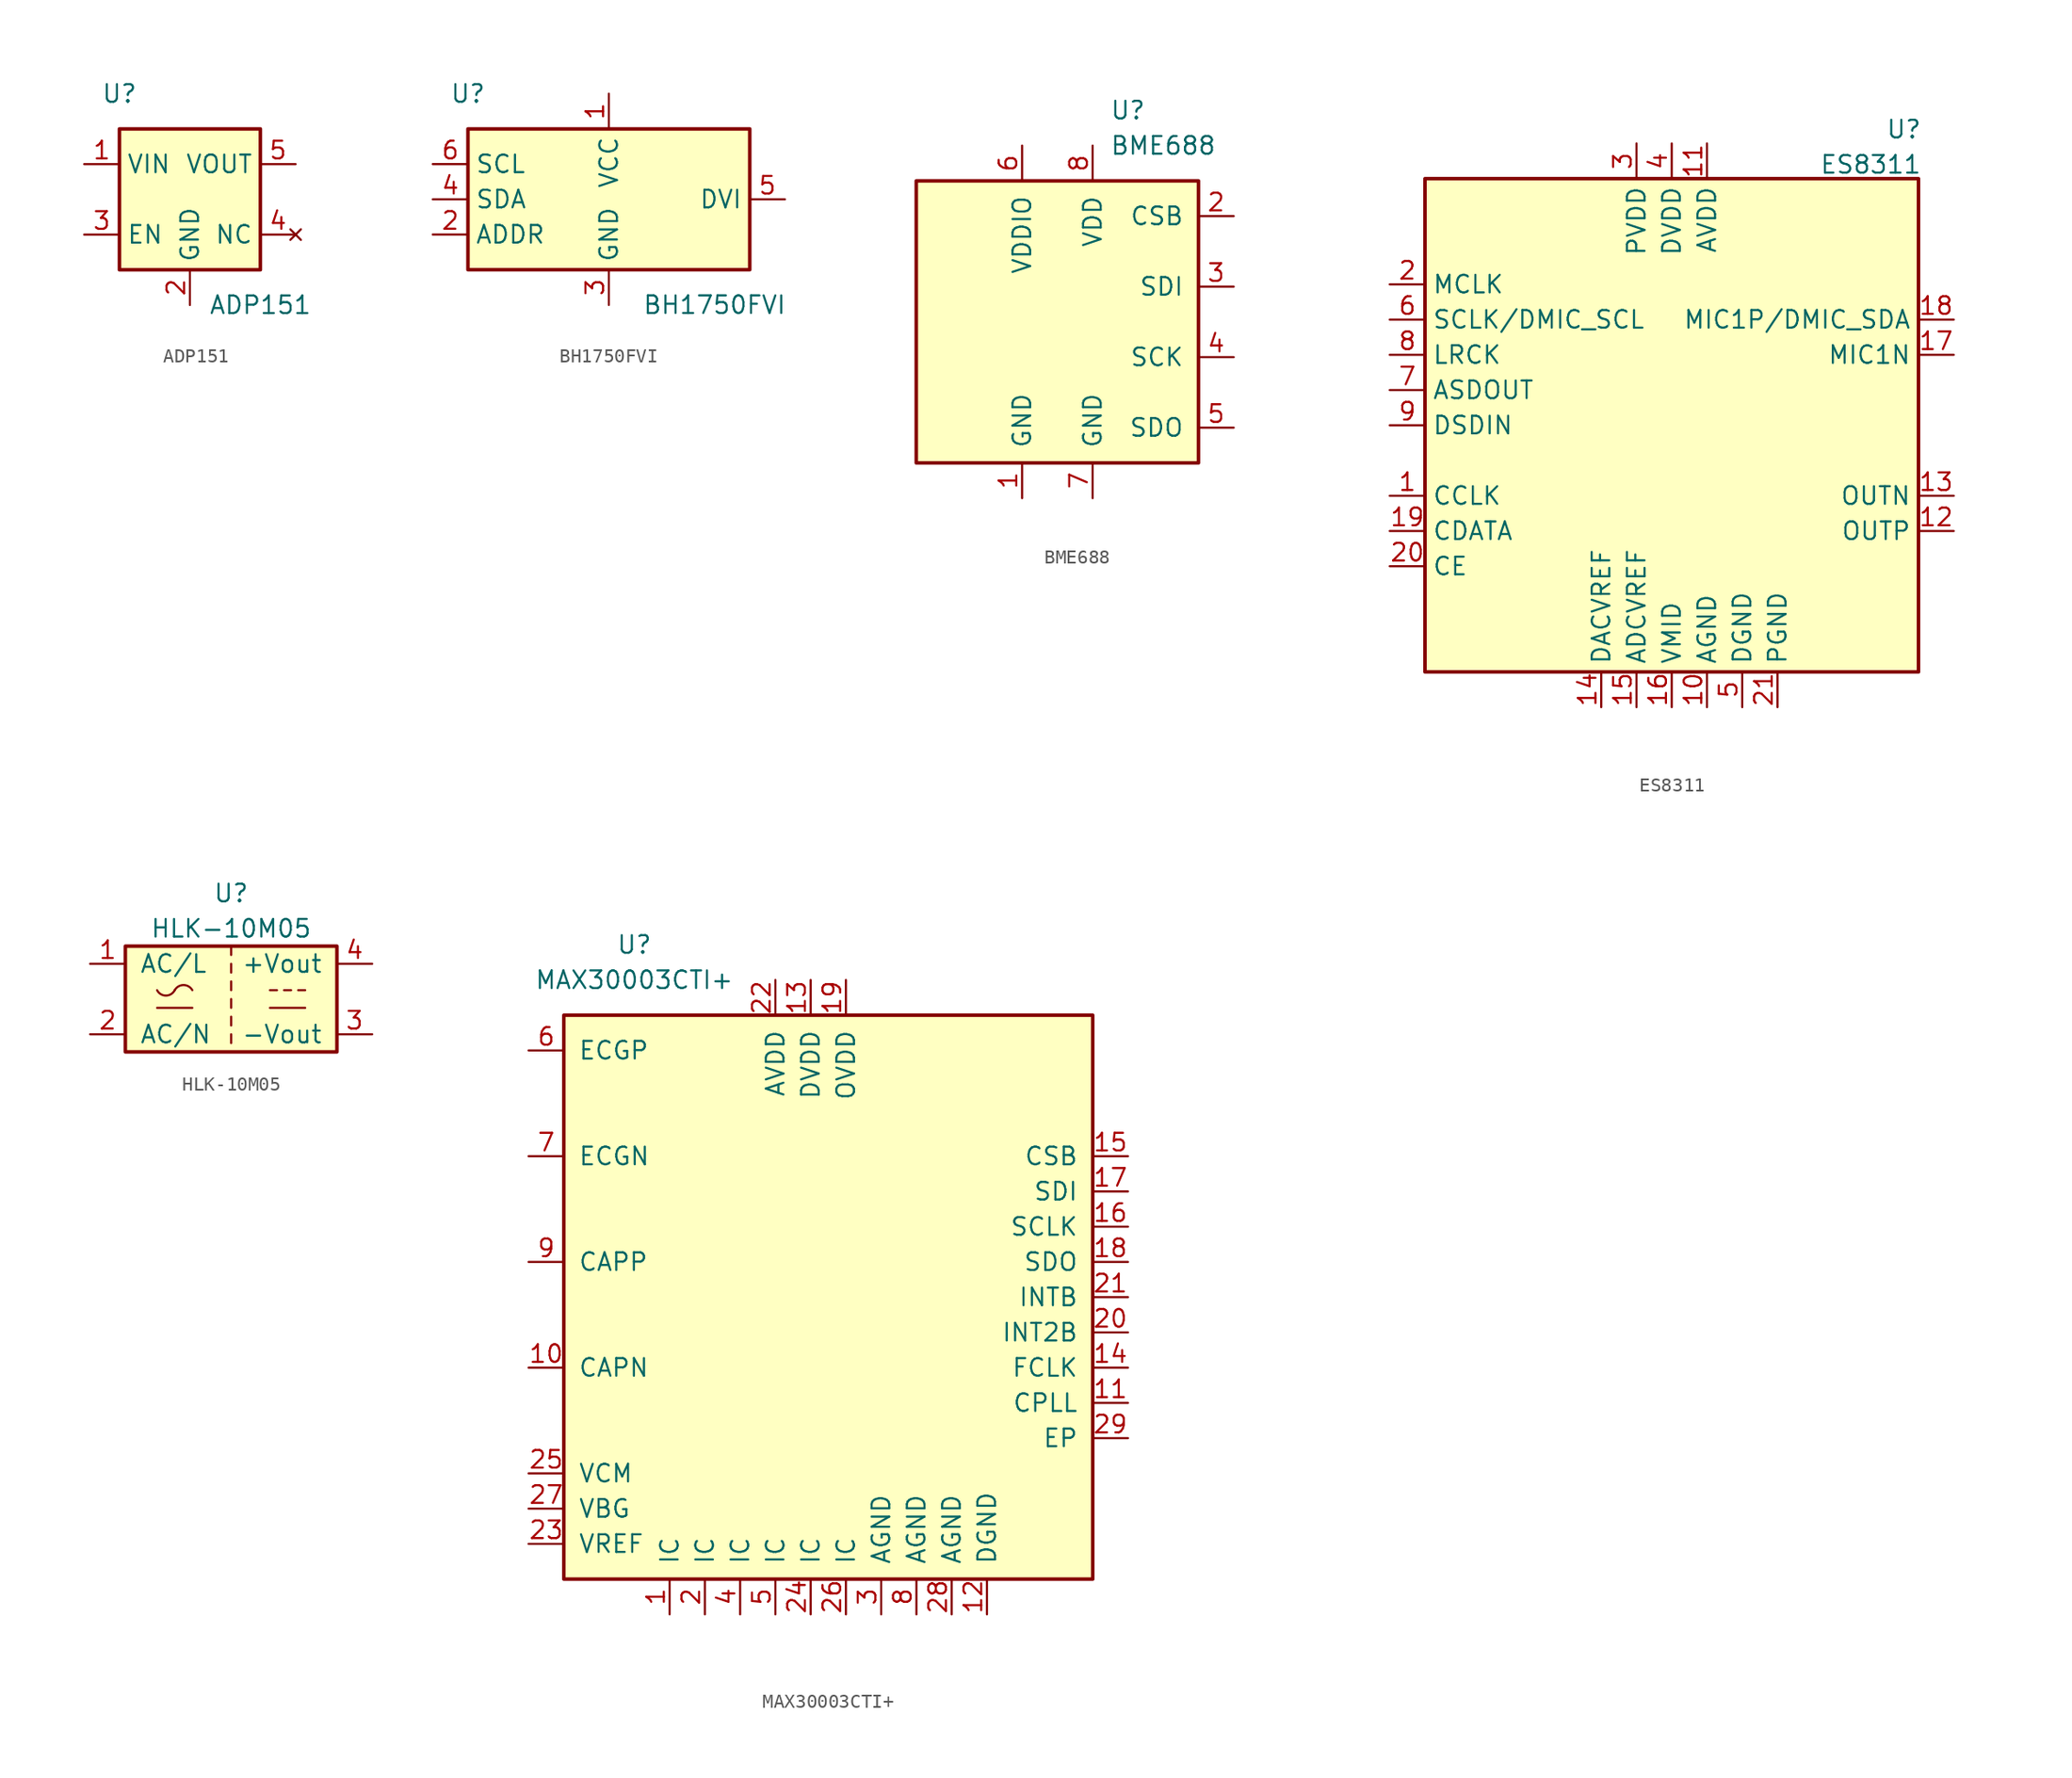
<source format=kicad_sym>
(kicad_symbol_lib
  (version 20231120)
  (generator "kicad_symbol_editor")
  (generator_version "8.0")
  (symbol "ADP151"
    (property "Reference" "U"
      (at -5.08 7.62 0)
      (effects (font (size 1.27 1.27))))
    (property "Value" "ADP151"
      (at 5.08 -7.62 0)
      (effects (font (size 1.27 1.27))))
    (symbol "ADP151_0_1"
      (rectangle (start -5.08 5.08) (end 5.08 -5.08) (stroke (width 0.254) (type default)) (fill (type background))))
    (symbol "ADP151_1_1"
      (pin power_in line (at -7.62 2.54 0) (length 2.54) (name "VIN" (effects (font (size 1.27 1.27)))) (number "1" (effects (font (size 1.27 1.27)))))
      (pin power_in line (at 0 -7.62 90) (length 2.54) (name "GND" (effects (font (size 1.27 1.27)))) (number "2" (effects (font (size 1.27 1.27)))))
      (pin input line (at -7.62 -2.54 0) (length 2.54) (name "EN" (effects (font (size 1.27 1.27)))) (number "3" (effects (font (size 1.27 1.27)))))
      (pin no_connect line (at 7.62 -2.54 180) (length 2.54) (name "NC" (effects (font (size 1.27 1.27)))) (number "4" (effects (font (size 1.27 1.27)))))
      (pin power_out line (at 7.62 2.54 180) (length 2.54) (name "VOUT" (effects (font (size 1.27 1.27)))) (number "5" (effects (font (size 1.27 1.27)))))))
  (symbol "BH1750FVI"
    (property "Reference" "U"
      (at -10.16 10.16 0)
      (effects (font (size 1.27 1.27))))
    (property "Value" "BH1750FVI"
      (at 7.62 -5.08 0)
      (effects (font (size 1.27 1.27))))
    (symbol "BH1750FVI_0_1"
      (rectangle (start -10.16 7.62) (end 10.16 -2.54) (stroke (width 0.254) (type default)) (fill (type background))))
    (symbol "BH1750FVI_1_1"
      (pin power_in line (at 0 10.16 270) (length 2.54) (name "VCC" (effects (font (size 1.27 1.27)))) (number "1" (effects (font (size 1.27 1.27)))))
      (pin input line (at -12.7 0 0) (length 2.54) (name "ADDR" (effects (font (size 1.27 1.27)))) (number "2" (effects (font (size 1.27 1.27)))))
      (pin power_in line (at 0 -5.08 90) (length 2.54) (name "GND" (effects (font (size 1.27 1.27)))) (number "3" (effects (font (size 1.27 1.27)))))
      (pin bidirectional line (at -12.7 2.54 0) (length 2.54) (name "SDA" (effects (font (size 1.27 1.27)))) (number "4" (effects (font (size 1.27 1.27)))))
      (pin input line (at 12.7 2.54 180) (length 2.54) (name "DVI" (effects (font (size 1.27 1.27)))) (number "5" (effects (font (size 1.27 1.27)))))
      (pin input line (at -12.7 5.08 0) (length 2.54) (name "SCL" (effects (font (size 1.27 1.27)))) (number "6" (effects (font (size 1.27 1.27)))))))
  (symbol "BME688"
    (pin_names
      (offset 1.016))
    (property "Reference" "U"
      (at 5.08 15.24 0)
      (effects (font (size 1.27 1.27))))
    (property "Value" "BME688"
      (at 7.62 12.7 0)
      (effects (font (size 1.27 1.27))))
    (symbol "BME688_1_1"
      (rectangle (start -10.16 10.16) (end 10.16 -10.16) (stroke (width 0.254) (type default)) (fill (type background)))
      (pin power_in line (at -2.54 -12.7 90) (length 2.54) (name "GND" (effects (font (size 1.27 1.27)))) (number "1" (effects (font (size 1.27 1.27)))))
      (pin input line (at 12.7 7.62 180) (length 2.54) (name "CSB" (effects (font (size 1.27 1.27)))) (number "2" (effects (font (size 1.27 1.27)))))
      (pin bidirectional line (at 12.7 2.54 180) (length 2.54) (name "SDI" (effects (font (size 1.27 1.27)))) (number "3" (effects (font (size 1.27 1.27)))))
      (pin input line (at 12.7 -2.54 180) (length 2.54) (name "SCK" (effects (font (size 1.27 1.27)))) (number "4" (effects (font (size 1.27 1.27)))))
      (pin bidirectional line (at 12.7 -7.62 180) (length 2.54) (name "SDO" (effects (font (size 1.27 1.27)))) (number "5" (effects (font (size 1.27 1.27)))))
      (pin power_in line (at -2.54 12.7 270) (length 2.54) (name "VDDIO" (effects (font (size 1.27 1.27)))) (number "6" (effects (font (size 1.27 1.27)))))
      (pin power_in line (at 2.54 -12.7 90) (length 2.54) (name "GND" (effects (font (size 1.27 1.27)))) (number "7" (effects (font (size 1.27 1.27)))))
      (pin power_in line (at 2.54 12.7 270) (length 2.54) (name "VDD" (effects (font (size 1.27 1.27)))) (number "8" (effects (font (size 1.27 1.27)))))))
  (symbol "ES8311"
    (property "Reference" "U"
      (at 18.034 21.336 0)
      (effects (font (size 1.27 1.27)) (justify right)))
    (property "Value" "ES8311"
      (at 18.034 18.796 0)
      (effects (font (size 1.27 1.27)) (justify right)))
    (symbol "ES8311_0_1"
      (rectangle (start -17.78 17.78) (end 17.78 -17.78) (stroke (width 0.254) (type default)) (fill (type background))))
    (symbol "ES8311_1_1"
      (pin input line (at -20.32 -5.08 0) (length 2.54) (name "CCLK" (effects (font (size 1.27 1.27)))) (number "1" (effects (font (size 1.27 1.27)))))
      (pin power_in line (at 2.54 -20.32 90) (length 2.54) (name "AGND" (effects (font (size 1.27 1.27)))) (number "10" (effects (font (size 1.27 1.27)))))
      (pin power_in line (at 2.54 20.32 270) (length 2.54) (name "AVDD" (effects (font (size 1.27 1.27)))) (number "11" (effects (font (size 1.27 1.27)))))
      (pin output line (at 20.32 -7.62 180) (length 2.54) (name "OUTP" (effects (font (size 1.27 1.27)))) (number "12" (effects (font (size 1.27 1.27)))))
      (pin output line (at 20.32 -5.08 180) (length 2.54) (name "OUTN" (effects (font (size 1.27 1.27)))) (number "13" (effects (font (size 1.27 1.27)))))
      (pin input line (at -5.08 -20.32 90) (length 2.54) (name "DACVREF" (effects (font (size 1.27 1.27)))) (number "14" (effects (font (size 1.27 1.27)))))
      (pin input line (at -2.54 -20.32 90) (length 2.54) (name "ADCVREF" (effects (font (size 1.27 1.27)))) (number "15" (effects (font (size 1.27 1.27)))))
      (pin input line (at 0 -20.32 90) (length 2.54) (name "VMID" (effects (font (size 1.27 1.27)))) (number "16" (effects (font (size 1.27 1.27)))))
      (pin input line (at 20.32 5.08 180) (length 2.54) (name "MIC1N" (effects (font (size 1.27 1.27)))) (number "17" (effects (font (size 1.27 1.27)))))
      (pin input line (at 20.32 7.62 180) (length 2.54) (name "MIC1P/DMIC_SDA" (effects (font (size 1.27 1.27)))) (number "18" (effects (font (size 1.27 1.27)))))
      (pin bidirectional line (at -20.32 -7.62 0) (length 2.54) (name "CDATA" (effects (font (size 1.27 1.27)))) (number "19" (effects (font (size 1.27 1.27)))))
      (pin input line (at -20.32 10.16 0) (length 2.54) (name "MCLK" (effects (font (size 1.27 1.27)))) (number "2" (effects (font (size 1.27 1.27)))))
      (pin input line (at -20.32 -10.16 0) (length 2.54) (name "CE" (effects (font (size 1.27 1.27)))) (number "20" (effects (font (size 1.27 1.27)))))
      (pin power_in line (at 7.62 -20.32 90) (length 2.54) (name "PGND" (effects (font (size 1.27 1.27)))) (number "21" (effects (font (size 1.27 1.27)))))
      (pin power_in line (at -2.54 20.32 270) (length 2.54) (name "PVDD" (effects (font (size 1.27 1.27)))) (number "3" (effects (font (size 1.27 1.27)))))
      (pin power_in line (at 0 20.32 270) (length 2.54) (name "DVDD" (effects (font (size 1.27 1.27)))) (number "4" (effects (font (size 1.27 1.27)))))
      (pin power_in line (at 5.08 -20.32 90) (length 2.54) (name "DGND" (effects (font (size 1.27 1.27)))) (number "5" (effects (font (size 1.27 1.27)))))
      (pin bidirectional line (at -20.32 7.62 0) (length 2.54) (name "SCLK/DMIC_SCL" (effects (font (size 1.27 1.27)))) (number "6" (effects (font (size 1.27 1.27)))))
      (pin output line (at -20.32 2.54 0) (length 2.54) (name "ASDOUT" (effects (font (size 1.27 1.27)))) (number "7" (effects (font (size 1.27 1.27)))))
      (pin bidirectional line (at -20.32 5.08 0) (length 2.54) (name "LRCK" (effects (font (size 1.27 1.27)))) (number "8" (effects (font (size 1.27 1.27)))))
      (pin input line (at -20.32 0 0) (length 2.54) (name "DSDIN" (effects (font (size 1.27 1.27)))) (number "9" (effects (font (size 1.27 1.27)))))))
  (symbol "HLK-10M05"
    (pin_names
      (offset 1.016))
    (property "Reference" "U"
      (at 0 7.62 0)
      (effects (font (size 1.27 1.27))))
    (property "Value" "HLK-10M05"
      (at 0 5.08 0)
      (effects (font (size 1.27 1.27))))
    (symbol "HLK-10M05_1_1"
      (rectangle (start -7.62 3.81) (end 7.62 -3.81) (stroke (width 0.254) (type default)) (fill (type background)))
      (arc (start -5.334 0.635) (mid -4.699 0.2495) (end -4.064 0.635) (stroke (width 0) (type default)) (fill (type none)))
      (arc (start -2.794 0.635) (mid -3.429 1.0072) (end -4.064 0.635) (stroke (width 0) (type default)) (fill (type none)))
      (polyline (pts (xy -5.334 -0.635) (xy -2.794 -0.635)) (stroke (width 0) (type default)) (fill (type none)))
      (polyline (pts (xy 0 -2.54) (xy 0 -3.175)) (stroke (width 0) (type default)) (fill (type none)))
      (polyline (pts (xy 0 -1.27) (xy 0 -1.905)) (stroke (width 0) (type default)) (fill (type none)))
      (polyline (pts (xy 0 0) (xy 0 -0.635)) (stroke (width 0) (type default)) (fill (type none)))
      (polyline (pts (xy 0 1.27) (xy 0 0.635)) (stroke (width 0) (type default)) (fill (type none)))
      (polyline (pts (xy 0 2.54) (xy 0 1.905)) (stroke (width 0) (type default)) (fill (type none)))
      (polyline (pts (xy 0 3.81) (xy 0 3.175)) (stroke (width 0) (type default)) (fill (type none)))
      (polyline (pts (xy 2.794 -0.635) (xy 5.334 -0.635)) (stroke (width 0) (type default)) (fill (type none)))
      (polyline (pts (xy 2.794 0.635) (xy 3.302 0.635)) (stroke (width 0) (type default)) (fill (type none)))
      (polyline (pts (xy 3.81 0.635) (xy 4.318 0.635)) (stroke (width 0) (type default)) (fill (type none)))
      (polyline (pts (xy 4.826 0.635) (xy 5.334 0.635)) (stroke (width 0) (type default)) (fill (type none)))
      (pin power_in line (at -10.16 2.54 0) (length 2.54) (name "AC/L" (effects (font (size 1.27 1.27)))) (number "1" (effects (font (size 1.27 1.27)))))
      (pin power_in line (at -10.16 -2.54 0) (length 2.54) (name "AC/N" (effects (font (size 1.27 1.27)))) (number "2" (effects (font (size 1.27 1.27)))))
      (pin power_out line (at 10.16 -2.54 180) (length 2.54) (name "-Vout" (effects (font (size 1.27 1.27)))) (number "3" (effects (font (size 1.27 1.27)))))
      (pin power_out line (at 10.16 2.54 180) (length 2.54) (name "+Vout" (effects (font (size 1.27 1.27)))) (number "4" (effects (font (size 1.27 1.27)))))))
  (symbol "MAX30003CTI+"
    (pin_names
      (offset 1.016))
    (property "Reference" "U"
      (at -12.7 25.4 0)
      (effects (font (size 1.27 1.27))))
    (property "Value" "MAX30003CTI+"
      (at -12.7 22.86 0)
      (effects (font (size 1.27 1.27))))
    (symbol "MAX30003CTI+_1_1"
      (rectangle (start -17.78 20.32) (end 20.32 -20.32) (stroke (width 0.254) (type default)) (fill (type background)))
      (pin power_in line (at -10.16 -22.86 90) (length 2.54) (name "IC" (effects (font (size 1.27 1.27)))) (number "1" (effects (font (size 1.27 1.27)))))
      (pin input line (at -20.32 -5.08 0) (length 2.54) (name "CAPN" (effects (font (size 1.27 1.27)))) (number "10" (effects (font (size 1.27 1.27)))))
      (pin input line (at 22.86 -7.62 180) (length 2.54) (name "CPLL" (effects (font (size 1.27 1.27)))) (number "11" (effects (font (size 1.27 1.27)))))
      (pin power_in line (at 12.7 -22.86 90) (length 2.54) (name "DGND" (effects (font (size 1.27 1.27)))) (number "12" (effects (font (size 1.27 1.27)))))
      (pin power_in line (at 0 22.86 270) (length 2.54) (name "DVDD" (effects (font (size 1.27 1.27)))) (number "13" (effects (font (size 1.27 1.27)))))
      (pin input line (at 22.86 -5.08 180) (length 2.54) (name "FCLK" (effects (font (size 1.27 1.27)))) (number "14" (effects (font (size 1.27 1.27)))))
      (pin input line (at 22.86 10.16 180) (length 2.54) (name "CSB" (effects (font (size 1.27 1.27)))) (number "15" (effects (font (size 1.27 1.27)))))
      (pin input line (at 22.86 5.08 180) (length 2.54) (name "SCLK" (effects (font (size 1.27 1.27)))) (number "16" (effects (font (size 1.27 1.27)))))
      (pin input line (at 22.86 7.62 180) (length 2.54) (name "SDI" (effects (font (size 1.27 1.27)))) (number "17" (effects (font (size 1.27 1.27)))))
      (pin output line (at 22.86 2.54 180) (length 2.54) (name "SDO" (effects (font (size 1.27 1.27)))) (number "18" (effects (font (size 1.27 1.27)))))
      (pin power_in line (at 2.54 22.86 270) (length 2.54) (name "OVDD" (effects (font (size 1.27 1.27)))) (number "19" (effects (font (size 1.27 1.27)))))
      (pin power_in line (at -7.62 -22.86 90) (length 2.54) (name "IC" (effects (font (size 1.27 1.27)))) (number "2" (effects (font (size 1.27 1.27)))))
      (pin output line (at 22.86 -2.54 180) (length 2.54) (name "INT2B" (effects (font (size 1.27 1.27)))) (number "20" (effects (font (size 1.27 1.27)))))
      (pin output line (at 22.86 0 180) (length 2.54) (name "INTB" (effects (font (size 1.27 1.27)))) (number "21" (effects (font (size 1.27 1.27)))))
      (pin power_in line (at -2.54 22.86 270) (length 2.54) (name "AVDD" (effects (font (size 1.27 1.27)))) (number "22" (effects (font (size 1.27 1.27)))))
      (pin power_out line (at -20.32 -17.78 0) (length 2.54) (name "VREF" (effects (font (size 1.27 1.27)))) (number "23" (effects (font (size 1.27 1.27)))))
      (pin power_in line (at 0 -22.86 90) (length 2.54) (name "IC" (effects (font (size 1.27 1.27)))) (number "24" (effects (font (size 1.27 1.27)))))
      (pin power_out line (at -20.32 -12.7 0) (length 2.54) (name "VCM" (effects (font (size 1.27 1.27)))) (number "25" (effects (font (size 1.27 1.27)))))
      (pin power_in line (at 2.54 -22.86 90) (length 2.54) (name "IC" (effects (font (size 1.27 1.27)))) (number "26" (effects (font (size 1.27 1.27)))))
      (pin output line (at -20.32 -15.24 0) (length 2.54) (name "VBG" (effects (font (size 1.27 1.27)))) (number "27" (effects (font (size 1.27 1.27)))))
      (pin power_in line (at 10.16 -22.86 90) (length 2.54) (name "AGND" (effects (font (size 1.27 1.27)))) (number "28" (effects (font (size 1.27 1.27)))))
      (pin power_in line (at 22.86 -10.16 180) (length 2.54) (name "EP" (effects (font (size 1.27 1.27)))) (number "29" (effects (font (size 1.27 1.27)))))
      (pin power_in line (at 5.08 -22.86 90) (length 2.54) (name "AGND" (effects (font (size 1.27 1.27)))) (number "3" (effects (font (size 1.27 1.27)))))
      (pin power_in line (at -5.08 -22.86 90) (length 2.54) (name "IC" (effects (font (size 1.27 1.27)))) (number "4" (effects (font (size 1.27 1.27)))))
      (pin power_in line (at -2.54 -22.86 90) (length 2.54) (name "IC" (effects (font (size 1.27 1.27)))) (number "5" (effects (font (size 1.27 1.27)))))
      (pin input line (at -20.32 17.78 0) (length 2.54) (name "ECGP" (effects (font (size 1.27 1.27)))) (number "6" (effects (font (size 1.27 1.27)))))
      (pin input line (at -20.32 10.16 0) (length 2.54) (name "ECGN" (effects (font (size 1.27 1.27)))) (number "7" (effects (font (size 1.27 1.27)))))
      (pin power_in line (at 7.62 -22.86 90) (length 2.54) (name "AGND" (effects (font (size 1.27 1.27)))) (number "8" (effects (font (size 1.27 1.27)))))
      (pin input line (at -20.32 2.54 0) (length 2.54) (name "CAPP" (effects (font (size 1.27 1.27)))) (number "9" (effects (font (size 1.27 1.27))))))))
</source>
